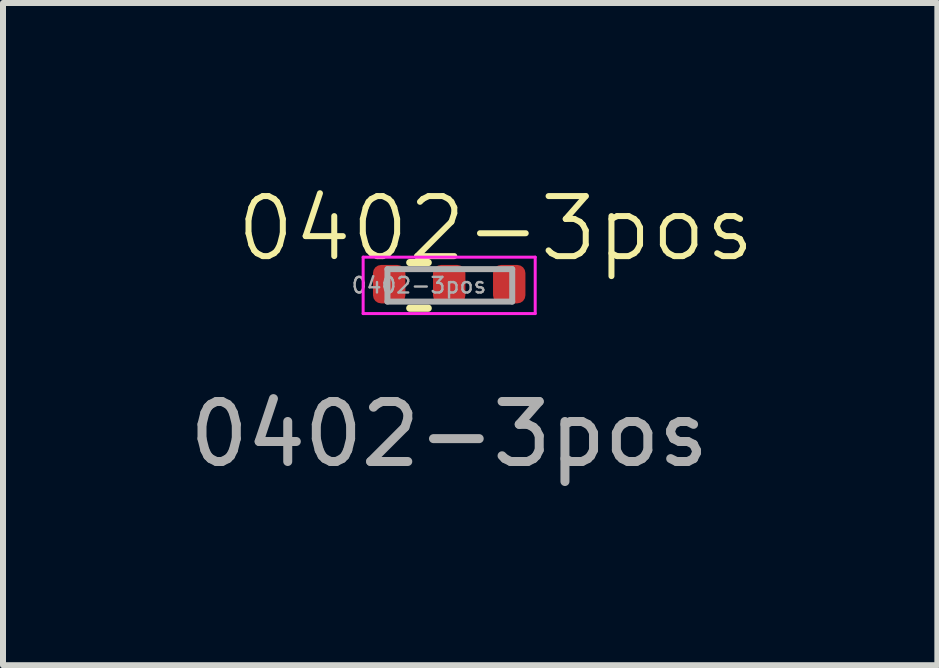
<source format=kicad_pcb>
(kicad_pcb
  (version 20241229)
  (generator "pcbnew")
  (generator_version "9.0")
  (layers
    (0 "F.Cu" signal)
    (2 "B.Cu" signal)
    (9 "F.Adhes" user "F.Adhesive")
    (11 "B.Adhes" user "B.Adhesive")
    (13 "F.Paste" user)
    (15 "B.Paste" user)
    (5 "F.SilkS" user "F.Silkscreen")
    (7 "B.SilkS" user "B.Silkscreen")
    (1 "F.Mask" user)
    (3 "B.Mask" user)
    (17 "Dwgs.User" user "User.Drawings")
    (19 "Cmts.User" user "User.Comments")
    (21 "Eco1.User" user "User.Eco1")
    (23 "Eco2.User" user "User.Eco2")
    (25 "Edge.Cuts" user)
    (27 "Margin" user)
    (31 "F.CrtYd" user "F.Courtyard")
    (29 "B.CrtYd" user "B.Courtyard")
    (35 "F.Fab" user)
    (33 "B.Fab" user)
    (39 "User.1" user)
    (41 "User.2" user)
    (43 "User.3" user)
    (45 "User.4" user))
  (footprint "0402-3pos"
    (layer "F.Cu")
    (at 4.435 1.685)
    (property "Reference" "0402-3pos" (at 0.775 -0.925 0) (unlocked yes) (layer "F.SilkS") (effects (font (size 1 1) (thickness 0.1))))
    (attr smd)
    (fp_line (start -0.657 -0.36) (end -0.35 -0.36) (stroke (width 0.12) (type solid)) (layer "F.SilkS"))
    (fp_line (start -0.657 0.4) (end -0.35 0.4) (stroke (width 0.12) (type solid)) (layer "F.SilkS"))
    (fp_line (start -1.434 -0.45) (end 1.433 -0.45) (stroke (width 0.05) (type solid)) (layer "F.CrtYd"))
    (fp_line (start -1.434 0.49) (end -1.434 -0.45) (stroke (width 0.05) (type solid)) (layer "F.CrtYd"))
    (fp_line (start 1.433 -0.45) (end 1.433 0.49) (stroke (width 0.05) (type solid)) (layer "F.CrtYd"))
    (fp_line (start 1.433 0.49) (end -1.434 0.49) (stroke (width 0.05) (type solid)) (layer "F.CrtYd"))
    (fp_line (start -1.029 -0.25) (end 1.05 -0.25) (stroke (width 0.1) (type solid)) (layer "F.Fab"))
    (fp_line (start -1.029 0.29) (end -1.029 -0.25) (stroke (width 0.1) (type solid)) (layer "F.Fab"))
    (fp_line (start 1.05 -0.25) (end 1.05 0.29) (stroke (width 0.1) (type solid)) (layer "F.Fab"))
    (fp_line (start 1.05 0.29) (end -1.029 0.29) (stroke (width 0.1) (type solid)) (layer "F.Fab"))
    (fp_text user "${REFERENCE}" (at -0.504 0.02 0) (layer "F.Fab") (effects (font (size 0.26 0.26) (thickness 0.04))))
    (fp_text user "${REFERENCE}" (at 0 2.5 0) (unlocked yes) (layer "F.Fab") (effects (font (size 1 1) (thickness 0.15))))
    (pad "1" smd roundrect (at -1 0) (size 0.54 0.64) (layers "F.Cu" "F.Mask" "F.Paste") (roundrect_rratio 0.25))
    (pad "2" smd roundrect (at 0 0) (size 0.54 0.64) (layers "F.Cu" "F.Mask" "F.Paste") (roundrect_rratio 0.25))
    (pad "3" smd roundrect (at 1 0) (size 0.54 0.64) (layers "F.Cu" "F.Mask" "F.Paste") (roundrect_rratio 0.25)))
  (gr_rect
    (start -3 -3)
    (end 12.569 8.034)
    (stroke (width 0.1) (type default))
    (fill no)
    (layer "Edge.Cuts")))
</source>
